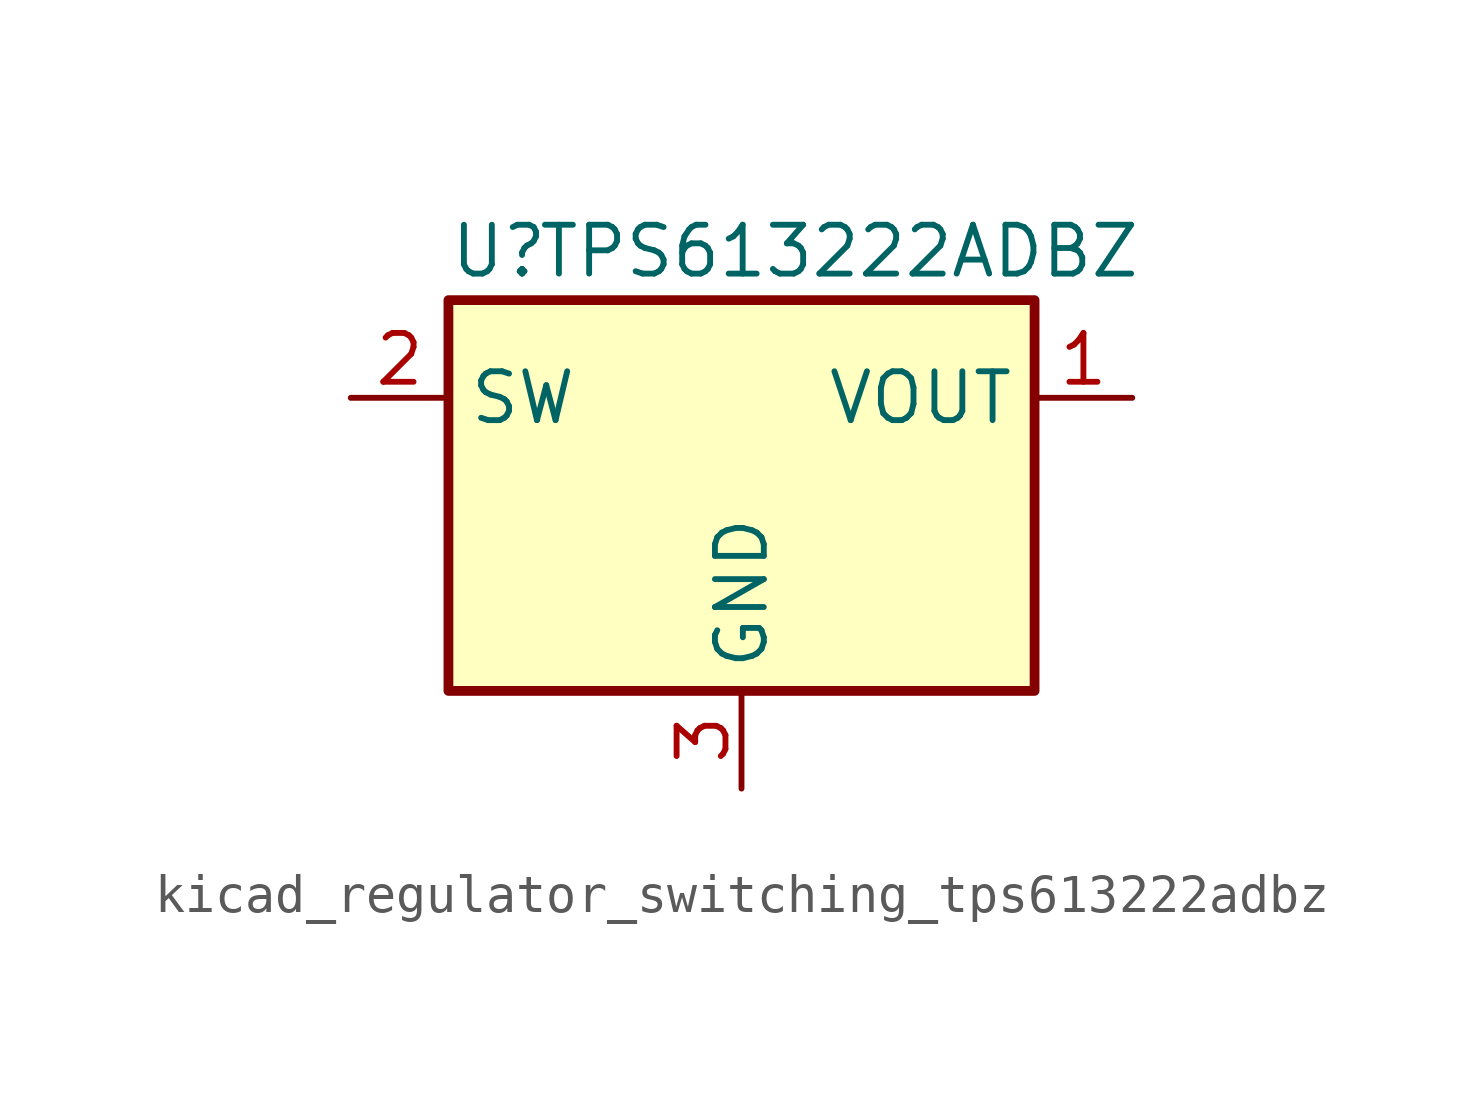
<source format=kicad_sym>
(kicad_symbol_lib
  (version 20220914)
  (generator kicad_symbol_editor)
  (symbol "kicad_regulator_switching_tps613222adbz"
    (property "Reference" "U"
      (at -7.62 6.35 0)
      (effects (font (size 1.27 1.27)) (justify left)))
    (property "Value" "TPS613222ADBZ"
      (at 2.54 6.35 0)
      (effects (font (size 1.27 1.27))))
    (symbol "kicad_regulator_switching_tps613222adbz_0_1"
      (rectangle (start -7.62 5.08) (end 7.62 -5.08) (stroke (width 0.254) (type default)) (fill (type background))))
    (symbol "kicad_regulator_switching_tps613222adbz_1_1"
      (pin power_out line (at 10.16 2.54 180) (length 2.54) (name "VOUT" (effects (font (size 1.27 1.27)))) (number "1" (effects (font (size 1.27 1.27)))))
      (pin power_in line (at -10.16 2.54 0) (length 2.54) (name "SW" (effects (font (size 1.27 1.27)))) (number "2" (effects (font (size 1.27 1.27)))))
      (pin power_in line (at 0 -7.62 90) (length 2.54) (name "GND" (effects (font (size 1.27 1.27)))) (number "3" (effects (font (size 1.27 1.27))))))))
</source>
